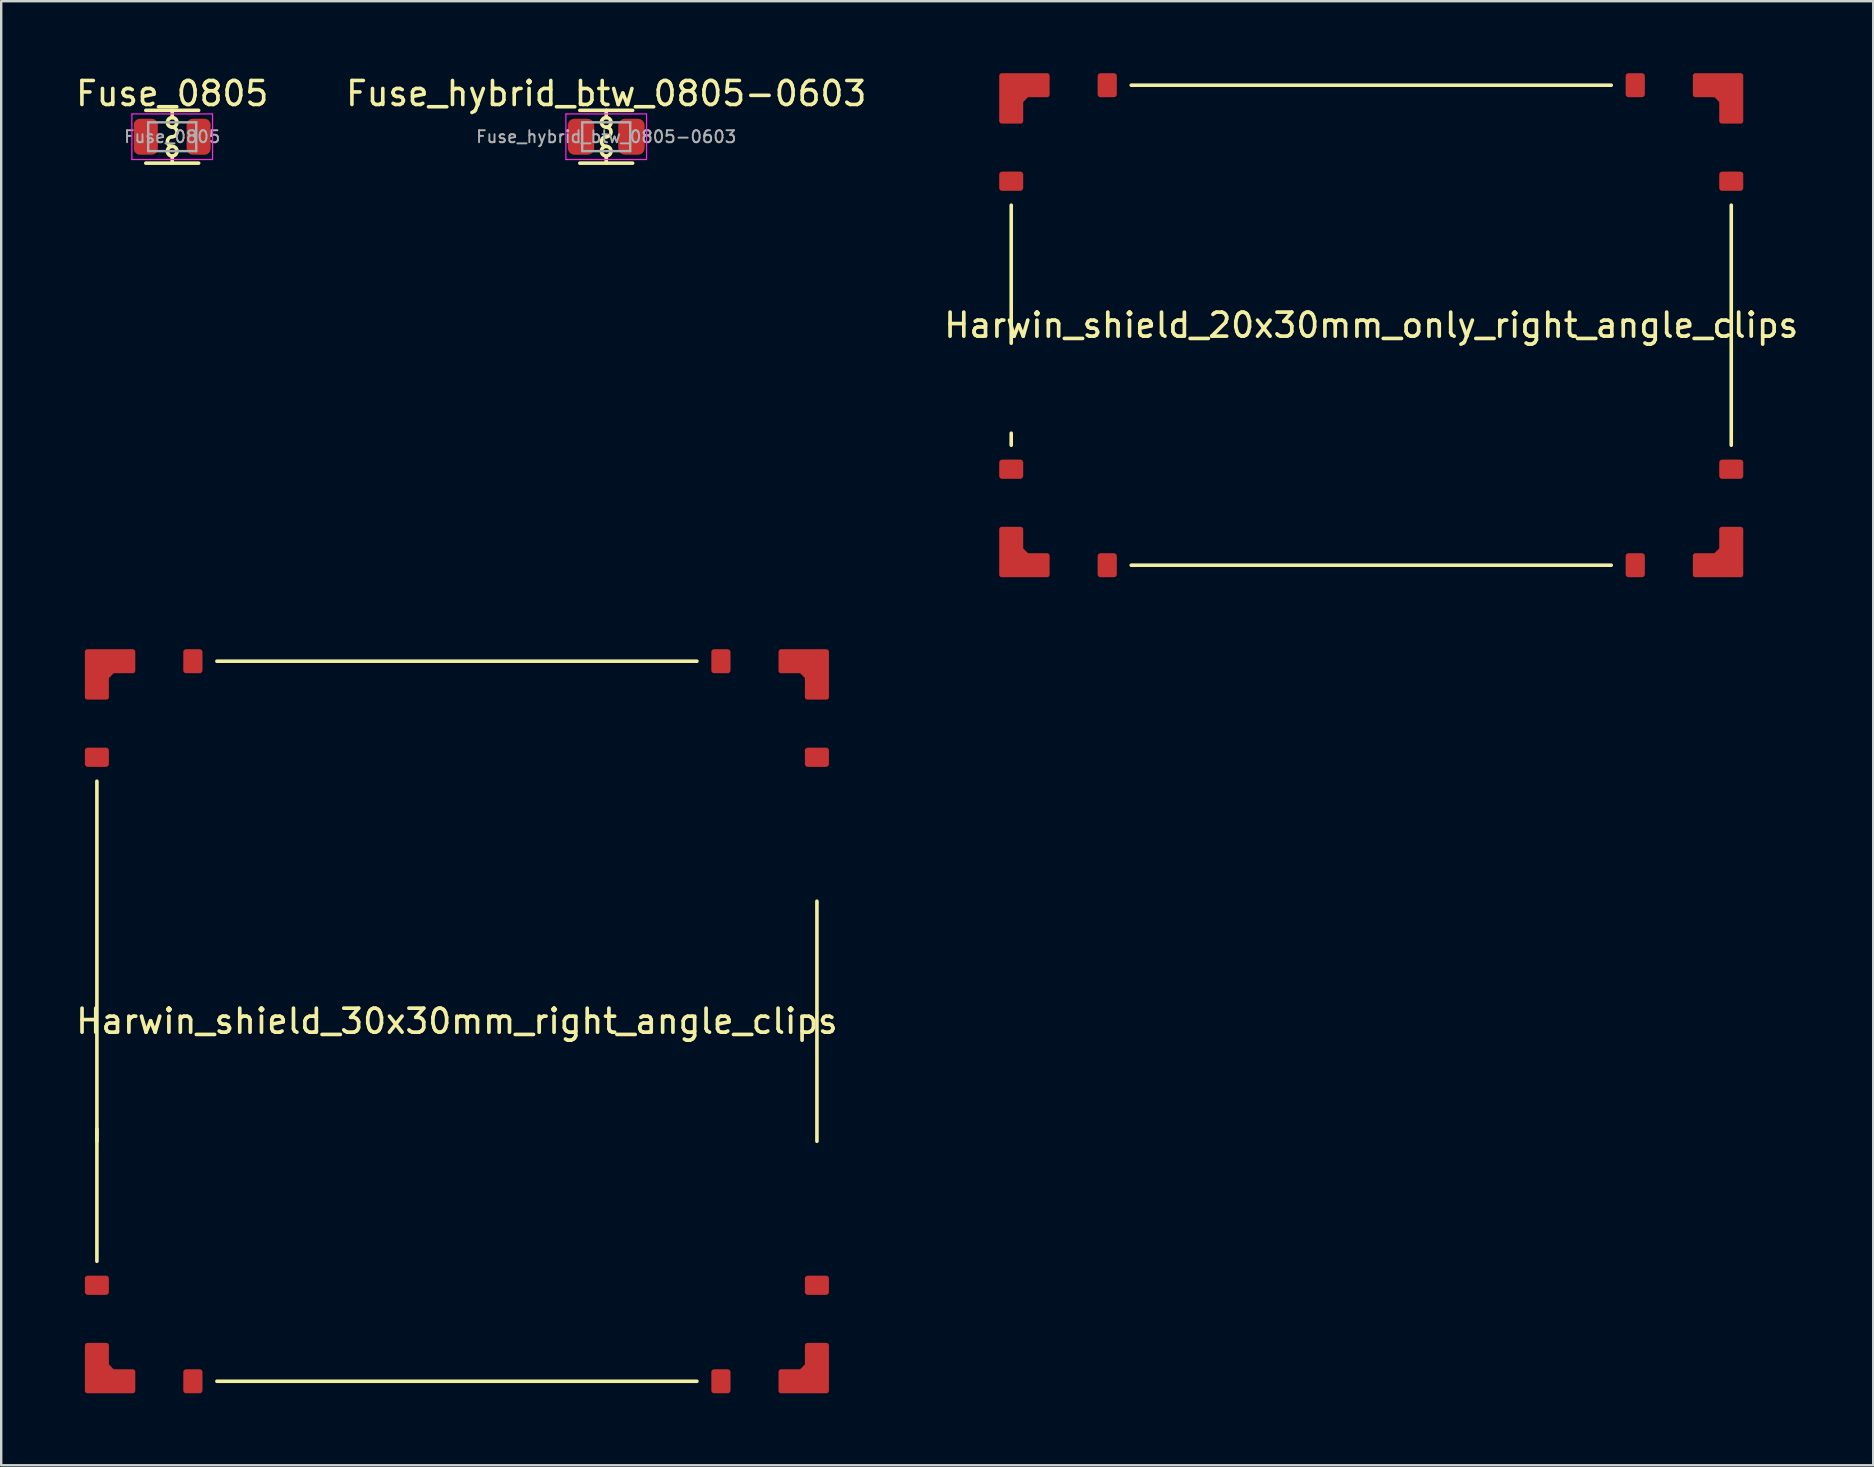
<source format=kicad_pcb>
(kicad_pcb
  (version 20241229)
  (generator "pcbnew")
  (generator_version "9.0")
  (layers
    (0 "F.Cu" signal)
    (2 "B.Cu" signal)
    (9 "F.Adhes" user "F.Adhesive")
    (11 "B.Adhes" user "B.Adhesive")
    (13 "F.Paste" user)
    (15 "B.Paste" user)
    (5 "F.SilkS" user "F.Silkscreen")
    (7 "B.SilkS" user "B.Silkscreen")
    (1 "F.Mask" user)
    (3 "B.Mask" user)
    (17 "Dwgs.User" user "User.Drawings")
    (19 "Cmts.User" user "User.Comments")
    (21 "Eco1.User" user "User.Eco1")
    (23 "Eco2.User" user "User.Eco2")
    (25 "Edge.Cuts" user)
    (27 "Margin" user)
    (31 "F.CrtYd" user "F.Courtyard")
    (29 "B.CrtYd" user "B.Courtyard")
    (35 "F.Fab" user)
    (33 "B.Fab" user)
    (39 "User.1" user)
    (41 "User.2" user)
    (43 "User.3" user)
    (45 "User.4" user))
  (footprint "Harwin_shield_20x30mm_only_right_angle_clips"
    (layer "F.Cu")
    (at 54.082 10.5)
    (property "Reference" "Harwin_shield_20x30mm_only_right_angle_clips" (at 0 0 0) (layer "F.SilkS") (effects (font (size 1 1) (thickness 0.153))))
    (attr through_hole)
    (fp_line (start -15 -5) (end -15 0.75) (stroke (width 0.15) (type solid)) (layer "F.SilkS"))
    (fp_line (start -15 5) (end -15 4.5) (stroke (width 0.15) (type solid)) (layer "F.SilkS"))
    (fp_line (start -10 10) (end 10 10) (stroke (width 0.15) (type solid)) (layer "F.SilkS"))
    (fp_line (start 10 -10) (end -10 -10) (stroke (width 0.15) (type solid)) (layer "F.SilkS"))
    (fp_line (start 15 5) (end 15 -5) (stroke (width 0.15) (type solid)) (layer "F.SilkS"))
    (pad "1" smd custom (at -15 -10) (size 0.5 0.5) (layers "F.Cu" "F.Mask" "F.Paste") (options (anchor rect)) (primitives (gr_poly (pts (xy 0.4 1.5) (xy 0.4 0.66) (xy 0.66 0.4) (xy 1.5 0.4) (xy 1.5 -0.4) (xy -0.4 -0.4) (xy -0.4 1.5)) (width 0.2) (fill yes))))
    (pad "1" smd roundrect (at -15 -6 180) (size 1 0.8) (layers "F.Cu" "F.Mask" "F.Paste") (roundrect_rratio 0.15))
    (pad "1" smd roundrect (at -15 6 180) (size 1 0.8) (layers "F.Cu" "F.Mask" "F.Paste") (roundrect_rratio 0.15))
    (pad "1" smd custom (at -15 10 90) (size 0.5 0.5) (layers "F.Cu" "F.Mask" "F.Paste") (options (anchor rect)) (primitives (gr_poly (pts (xy 0.4 1.5) (xy 0.4 0.66) (xy 0.66 0.4) (xy 1.5 0.4) (xy 1.5 -0.4) (xy -0.4 -0.4) (xy -0.4 1.5)) (width 0.2) (fill yes))))
    (pad "1" smd roundrect (at -11 -10 90) (size 1 0.8) (layers "F.Cu" "F.Mask" "F.Paste") (roundrect_rratio 0.15))
    (pad "1" smd roundrect (at -11 10 270) (size 1 0.8) (layers "F.Cu" "F.Mask" "F.Paste") (roundrect_rratio 0.15))
    (pad "1" smd roundrect (at 11 -10 90) (size 1 0.8) (layers "F.Cu" "F.Mask" "F.Paste") (roundrect_rratio 0.15))
    (pad "1" smd roundrect (at 11 10 270) (size 1 0.8) (layers "F.Cu" "F.Mask" "F.Paste") (roundrect_rratio 0.15))
    (pad "1" smd custom (at 15 -10 270) (size 0.5 0.5) (layers "F.Cu" "F.Mask" "F.Paste") (options (anchor rect)) (primitives (gr_poly (pts (xy 0.4 1.5) (xy 0.4 0.66) (xy 0.66 0.4) (xy 1.5 0.4) (xy 1.5 -0.4) (xy -0.4 -0.4) (xy -0.4 1.5)) (width 0.2) (fill yes))))
    (pad "1" smd roundrect (at 15 -6) (size 1 0.8) (layers "F.Cu" "F.Mask" "F.Paste") (roundrect_rratio 0.15))
    (pad "1" smd roundrect (at 15 6 180) (size 1 0.8) (layers "F.Cu" "F.Mask" "F.Paste") (roundrect_rratio 0.15))
    (pad "1" smd custom (at 15 10 180) (size 0.5 0.5) (layers "F.Cu" "F.Mask" "F.Paste") (options (anchor rect)) (primitives (gr_poly (pts (xy 0.4 1.5) (xy 0.4 0.66) (xy 0.66 0.4) (xy 1.5 0.4) (xy 1.5 -0.4) (xy -0.4 -0.4) (xy -0.4 1.5)) (width 0.2) (fill yes)))))
  (footprint "Harwin_shield_30x30mm_right_angle_clips"
    (layer "F.Cu")
    (at 15.987 39.5)
    (property "Reference" "Harwin_shield_30x30mm_right_angle_clips" (at 0 0 0) (layer "F.SilkS") (effects (font (size 1 1) (thickness 0.153))))
    (attr through_hole)
    (fp_line (start -15 -10) (end -15 10) (stroke (width 0.15) (type solid)) (layer "F.SilkS"))
    (fp_line (start -15 5) (end -15 4.5) (stroke (width 0.15) (type solid)) (layer "F.SilkS"))
    (fp_line (start -10 15) (end 10 15) (stroke (width 0.15) (type solid)) (layer "F.SilkS"))
    (fp_line (start 10 -15) (end -10 -15) (stroke (width 0.15) (type solid)) (layer "F.SilkS"))
    (fp_line (start 15 5) (end 15 -5) (stroke (width 0.15) (type solid)) (layer "F.SilkS"))
    (pad "1" smd custom (at -15 -15) (size 0.5 0.5) (layers "F.Cu" "F.Mask" "F.Paste") (options (anchor rect)) (primitives (gr_poly (pts (xy 0.4 1.5) (xy 0.4 0.66) (xy 0.66 0.4) (xy 1.5 0.4) (xy 1.5 -0.4) (xy -0.4 -0.4) (xy -0.4 1.5)) (width 0.2) (fill yes))))
    (pad "1" smd roundrect (at -15 -11 180) (size 1 0.8) (layers "F.Cu" "F.Mask" "F.Paste") (roundrect_rratio 0.15))
    (pad "1" smd roundrect (at -15 11 180) (size 1 0.8) (layers "F.Cu" "F.Mask" "F.Paste") (roundrect_rratio 0.15))
    (pad "1" smd custom (at -15 15 90) (size 0.5 0.5) (layers "F.Cu" "F.Mask" "F.Paste") (options (anchor rect)) (primitives (gr_poly (pts (xy 0.4 1.5) (xy 0.4 0.66) (xy 0.66 0.4) (xy 1.5 0.4) (xy 1.5 -0.4) (xy -0.4 -0.4) (xy -0.4 1.5)) (width 0.2) (fill yes))))
    (pad "1" smd roundrect (at -11 -15 90) (size 1 0.8) (layers "F.Cu" "F.Mask" "F.Paste") (roundrect_rratio 0.15))
    (pad "1" smd roundrect (at -11 15 270) (size 1 0.8) (layers "F.Cu" "F.Mask" "F.Paste") (roundrect_rratio 0.15))
    (pad "1" smd roundrect (at 11 -15 90) (size 1 0.8) (layers "F.Cu" "F.Mask" "F.Paste") (roundrect_rratio 0.15))
    (pad "1" smd roundrect (at 11 15 270) (size 1 0.8) (layers "F.Cu" "F.Mask" "F.Paste") (roundrect_rratio 0.15))
    (pad "1" smd custom (at 15 -15 270) (size 0.5 0.5) (layers "F.Cu" "F.Mask" "F.Paste") (options (anchor rect)) (primitives (gr_poly (pts (xy 0.4 1.5) (xy 0.4 0.66) (xy 0.66 0.4) (xy 1.5 0.4) (xy 1.5 -0.4) (xy -0.4 -0.4) (xy -0.4 1.5)) (width 0.2) (fill yes))))
    (pad "1" smd roundrect (at 15 -11) (size 1 0.8) (layers "F.Cu" "F.Mask" "F.Paste") (roundrect_rratio 0.15))
    (pad "1" smd roundrect (at 15 11 180) (size 1 0.8) (layers "F.Cu" "F.Mask" "F.Paste") (roundrect_rratio 0.15))
    (pad "1" smd custom (at 15 15 180) (size 0.5 0.5) (layers "F.Cu" "F.Mask" "F.Paste") (options (anchor rect)) (primitives (gr_poly (pts (xy 0.4 1.5) (xy 0.4 0.66) (xy 0.66 0.4) (xy 1.5 0.4) (xy 1.5 -0.4) (xy -0.4 -0.4) (xy -0.4 1.5)) (width 0.2) (fill yes)))))
  (footprint "Fuse_0805"
    (layer "F.Cu")
    (at 4.125 2.648)
    (property "Reference" "Fuse_0805" (at 0 -1.8 0) (layer "F.SilkS") (effects (font (size 1 1) (thickness 0.15))))
    (attr smd)
    (fp_line (start 0 -1.1) (end 0 -0.8) (stroke (width 0.15) (type solid)) (layer "F.SilkS"))
    (fp_line (start 0 0.8) (end 0 1.1) (stroke (width 0.15) (type solid)) (layer "F.SilkS"))
    (fp_line (start 1.1 -1.1) (end -1.1 -1.1) (stroke (width 0.15) (type solid)) (layer "F.SilkS"))
    (fp_line (start 1.1 1.1) (end -1.1 1.1) (stroke (width 0.15) (type solid)) (layer "F.SilkS"))
    (fp_arc (start 0 -0.4) (mid 0.2 -0.2) (end 0 0) (stroke (width 0.15) (type solid)) (layer "F.SilkS"))
    (fp_arc (start 0 0.4) (mid -0.2 0.2) (end 0 0) (stroke (width 0.15) (type solid)) (layer "F.SilkS"))
    (fp_circle (center 0 -0.6) (end 0 -0.4) (stroke (width 0.15) (type solid)) (fill no) (layer "F.SilkS"))
    (fp_circle (center 0 0.6) (end 0 0.8) (stroke (width 0.15) (type solid)) (fill no) (layer "F.SilkS"))
    (fp_line (start -1.68 -0.95) (end 1.68 -0.95) (stroke (width 0.05) (type solid)) (layer "F.CrtYd"))
    (fp_line (start -1.68 0.95) (end -1.68 -0.95) (stroke (width 0.05) (type solid)) (layer "F.CrtYd"))
    (fp_line (start 1.68 -0.95) (end 1.68 0.95) (stroke (width 0.05) (type solid)) (layer "F.CrtYd"))
    (fp_line (start 1.68 0.95) (end -1.68 0.95) (stroke (width 0.05) (type solid)) (layer "F.CrtYd"))
    (fp_line (start -1 -0.6) (end 1 -0.6) (stroke (width 0.1) (type solid)) (layer "F.Fab"))
    (fp_line (start -1 0.6) (end -1 -0.6) (stroke (width 0.1) (type solid)) (layer "F.Fab"))
    (fp_line (start 1 -0.6) (end 1 0.6) (stroke (width 0.1) (type solid)) (layer "F.Fab"))
    (fp_line (start 1 0.6) (end -1 0.6) (stroke (width 0.1) (type solid)) (layer "F.Fab"))
    (fp_text user "${REFERENCE}" (at 0 0 0) (layer "F.Fab") (effects (font (size 0.5 0.5) (thickness 0.08))))
    (pad "1" smd roundrect (at -1.1 0) (size 1 1.5) (layers "F.Cu" "F.Mask" "F.Paste") (roundrect_rratio 0.25))
    (pad "2" smd roundrect (at 1.1 0) (size 1 1.5) (layers "F.Cu" "F.Mask" "F.Paste") (roundrect_rratio 0.25)))
  (footprint "Fuse_hybrid_btw_0805-0603"
    (layer "F.Cu")
    (at 22.208 2.648)
    (property "Reference" "Fuse_hybrid_btw_0805-0603" (at 0 -1.8 0) (layer "F.SilkS") (effects (font (size 1 1) (thickness 0.15))))
    (attr smd)
    (fp_line (start 0 -1.1) (end 0 -0.8) (stroke (width 0.15) (type solid)) (layer "F.SilkS"))
    (fp_line (start 0 0.8) (end 0 1.1) (stroke (width 0.15) (type solid)) (layer "F.SilkS"))
    (fp_line (start 1.1 -1.1) (end -1.1 -1.1) (stroke (width 0.15) (type solid)) (layer "F.SilkS"))
    (fp_line (start 1.1 1.1) (end -1.1 1.1) (stroke (width 0.15) (type solid)) (layer "F.SilkS"))
    (fp_arc (start 0 -0.4) (mid 0.2 -0.2) (end 0 0) (stroke (width 0.15) (type solid)) (layer "F.SilkS"))
    (fp_arc (start 0 0.4) (mid -0.2 0.2) (end 0 0) (stroke (width 0.15) (type solid)) (layer "F.SilkS"))
    (fp_circle (center 0 -0.6) (end 0 -0.4) (stroke (width 0.15) (type solid)) (fill no) (layer "F.SilkS"))
    (fp_circle (center 0 0.6) (end 0 0.8) (stroke (width 0.15) (type solid)) (fill no) (layer "F.SilkS"))
    (fp_line (start -1.68 -0.95) (end 1.68 -0.95) (stroke (width 0.05) (type solid)) (layer "F.CrtYd"))
    (fp_line (start -1.68 0.95) (end -1.68 -0.95) (stroke (width 0.05) (type solid)) (layer "F.CrtYd"))
    (fp_line (start 1.68 -0.95) (end 1.68 0.95) (stroke (width 0.05) (type solid)) (layer "F.CrtYd"))
    (fp_line (start 1.68 0.95) (end -1.68 0.95) (stroke (width 0.05) (type solid)) (layer "F.CrtYd"))
    (fp_line (start -1 -0.6) (end 1 -0.6) (stroke (width 0.1) (type solid)) (layer "F.Fab"))
    (fp_line (start -1 0.6) (end -1 -0.6) (stroke (width 0.1) (type solid)) (layer "F.Fab"))
    (fp_line (start 1 -0.6) (end 1 0.6) (stroke (width 0.1) (type solid)) (layer "F.Fab"))
    (fp_line (start 1 0.6) (end -1 0.6) (stroke (width 0.1) (type solid)) (layer "F.Fab"))
    (fp_text user "${REFERENCE}" (at 0 0 0) (layer "F.Fab") (effects (font (size 0.5 0.5) (thickness 0.08))))
    (pad "1" smd roundrect (at -1.05 0) (size 1.1 1.5) (layers "F.Cu" "F.Mask" "F.Paste") (roundrect_rratio 0.25))
    (pad "2" smd roundrect (at 1.05 0) (size 1.1 1.5) (layers "F.Cu" "F.Mask" "F.Paste") (roundrect_rratio 0.25)))
  (gr_rect
    (start -3 -3)
    (end 74.997 58)
    (stroke (width 0.1) (type default))
    (fill no)
    (layer "Edge.Cuts")))
</source>
